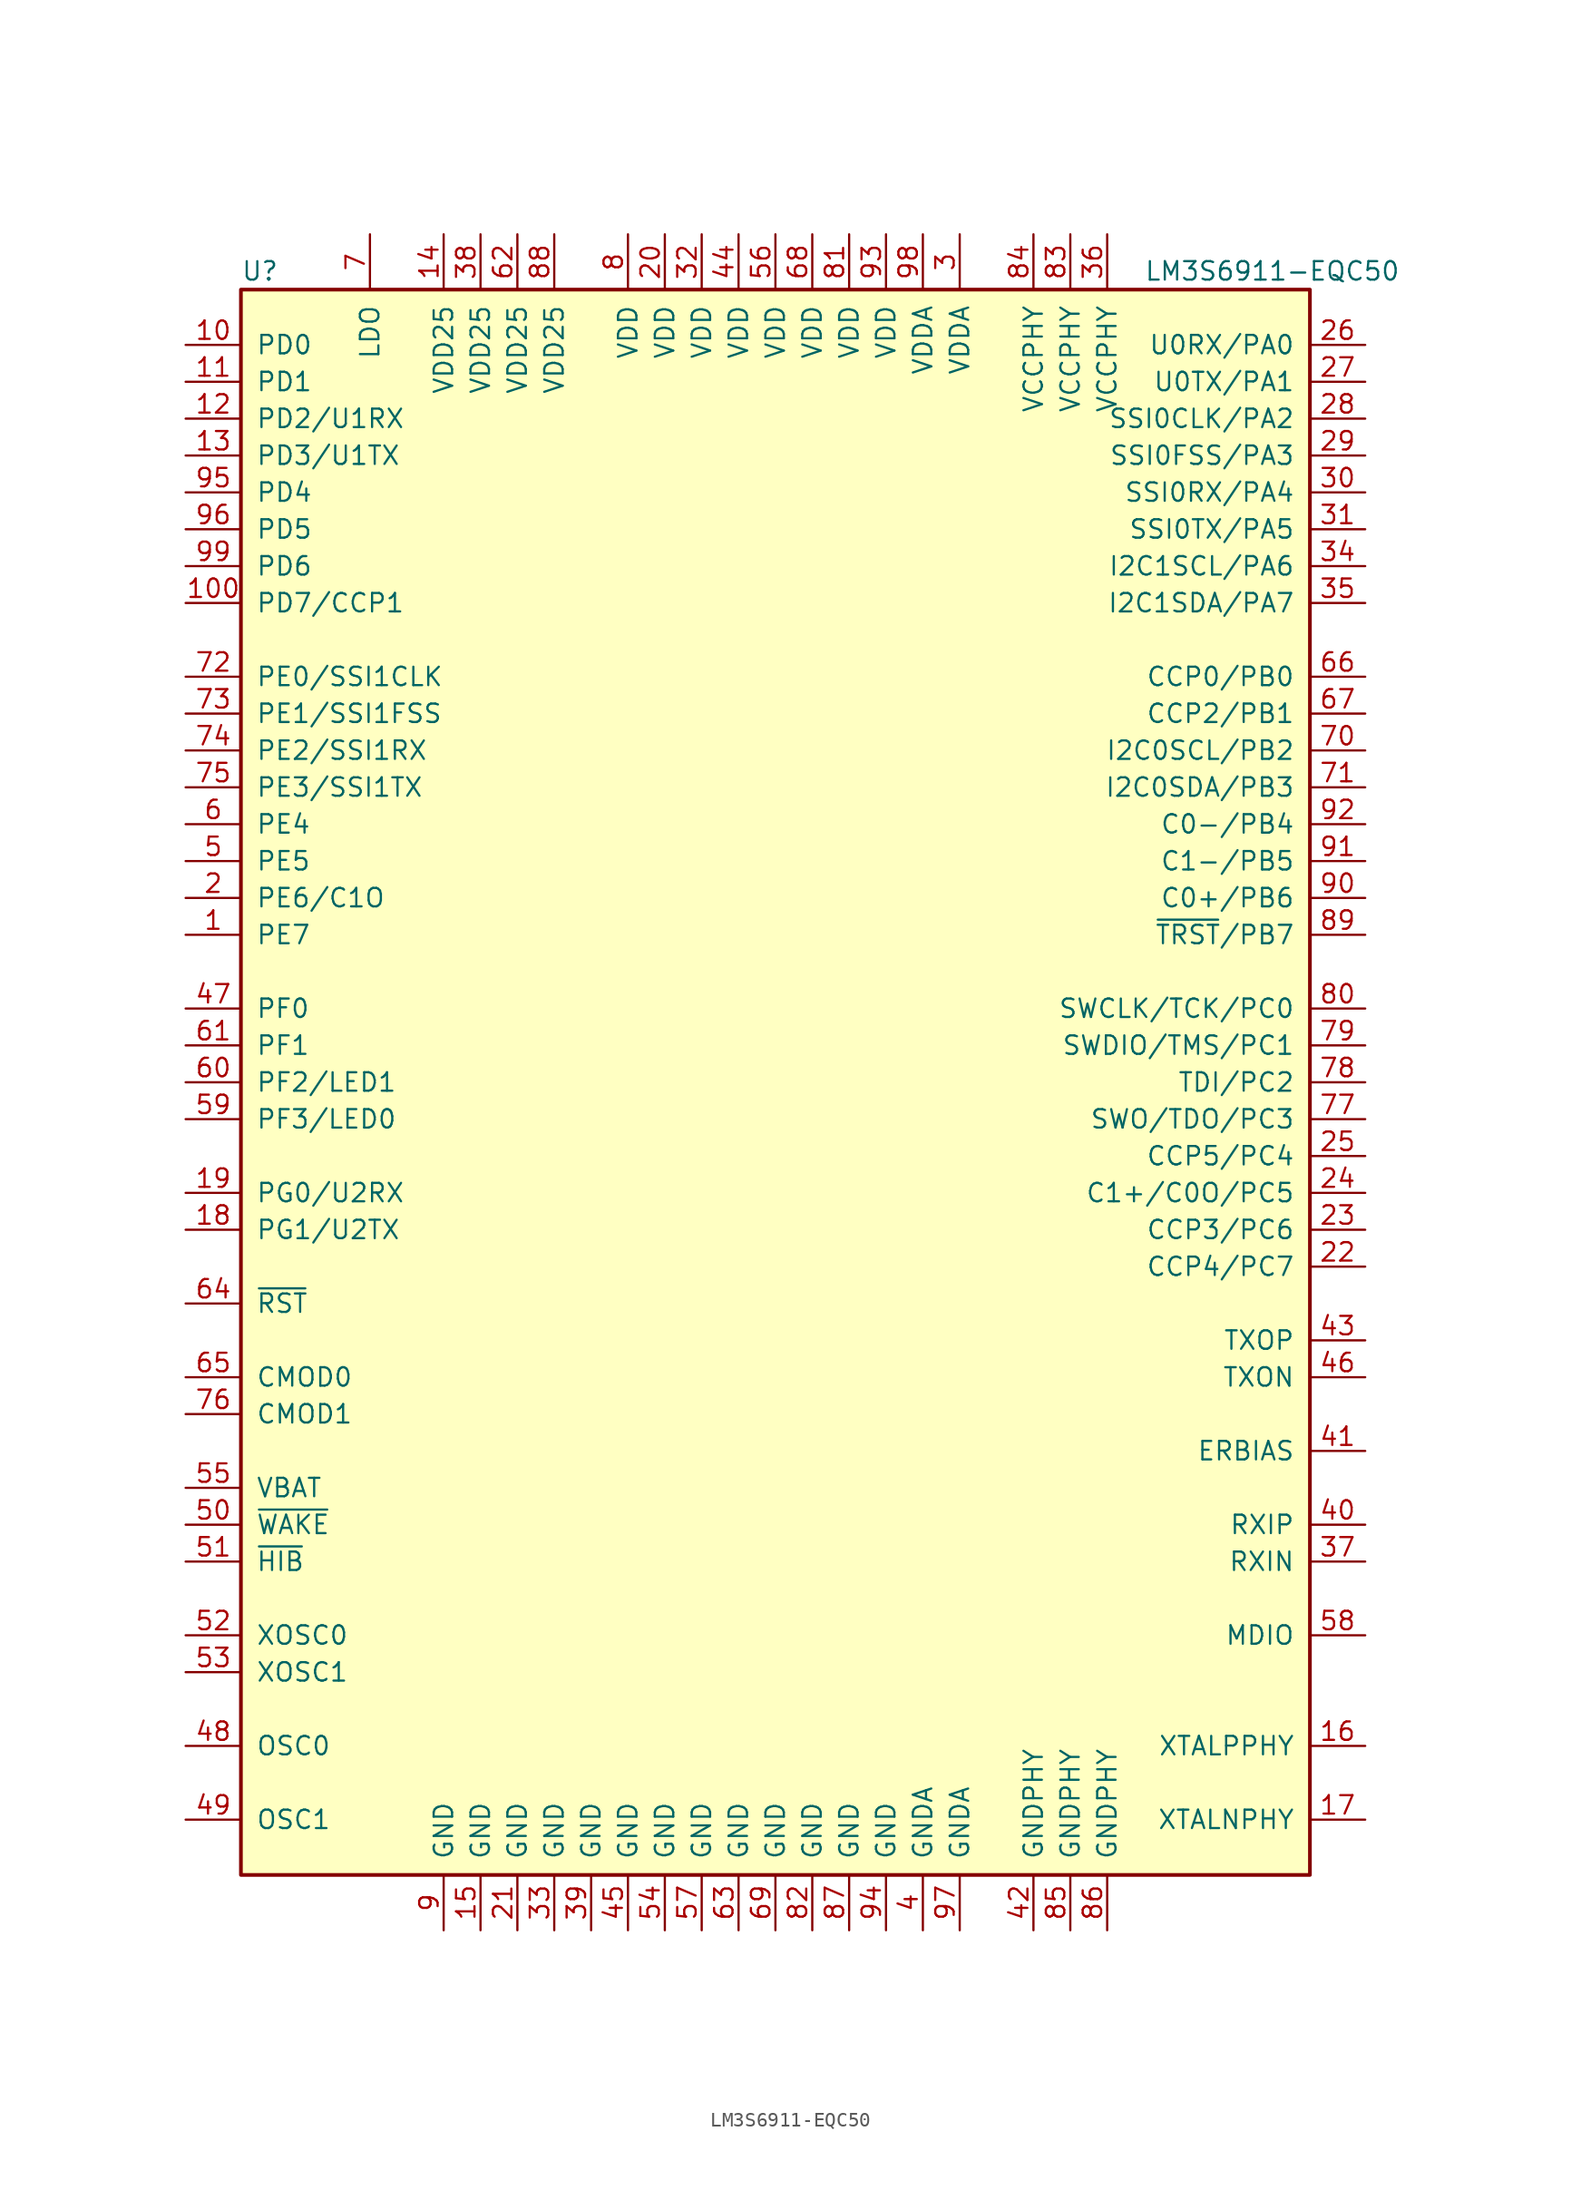
<source format=kicad_sym>
(kicad_symbol_lib
  (version 20211014)
  (generator kicad_symbol_editor)
  (symbol "LM3S6911-EQC50"
    (pin_names
      (offset 1.016))
    (property "Reference" "U"
      (at -36.83 55.88 0)
      (effects (font (size 1.27 1.27)) (justify left)))
    (property "Value" "LM3S6911-EQC50"
      (at 25.4 55.88 0)
      (effects (font (size 1.27 1.27)) (justify left)))
    (symbol "LM3S6911-EQC50_0_1"
      (rectangle (start -36.83 54.61) (end 36.83 -54.61) (stroke (width 0.254) (type default) (color 0 0 0 0)) (fill (type background))))
    (symbol "LM3S6911-EQC50_1_1"
      (pin bidirectional line (at -40.64 10.16 0) (length 3.81) (name "PE7" (effects (font (size 1.27 1.27)))) (number "1" (effects (font (size 1.27 1.27)))))
      (pin bidirectional line (at -40.64 50.8 0) (length 3.81) (name "PD0" (effects (font (size 1.27 1.27)))) (number "10" (effects (font (size 1.27 1.27)))))
      (pin bidirectional line (at -40.64 33.02 0) (length 3.81) (name "PD7/CCP1" (effects (font (size 1.27 1.27)))) (number "100" (effects (font (size 1.27 1.27)))))
      (pin bidirectional line (at -40.64 48.26 0) (length 3.81) (name "PD1" (effects (font (size 1.27 1.27)))) (number "11" (effects (font (size 1.27 1.27)))))
      (pin bidirectional line (at -40.64 45.72 0) (length 3.81) (name "PD2/U1RX" (effects (font (size 1.27 1.27)))) (number "12" (effects (font (size 1.27 1.27)))))
      (pin bidirectional line (at -40.64 43.18 0) (length 3.81) (name "PD3/U1TX" (effects (font (size 1.27 1.27)))) (number "13" (effects (font (size 1.27 1.27)))))
      (pin power_in line (at -22.86 58.42 270) (length 3.81) (name "VDD25" (effects (font (size 1.27 1.27)))) (number "14" (effects (font (size 1.27 1.27)))))
      (pin power_in line (at -20.32 -58.42 90) (length 3.81) (name "GND" (effects (font (size 1.27 1.27)))) (number "15" (effects (font (size 1.27 1.27)))))
      (pin passive line (at 40.64 -45.72 180) (length 3.81) (name "XTALPPHY" (effects (font (size 1.27 1.27)))) (number "16" (effects (font (size 1.27 1.27)))))
      (pin passive line (at 40.64 -50.8 180) (length 3.81) (name "XTALNPHY" (effects (font (size 1.27 1.27)))) (number "17" (effects (font (size 1.27 1.27)))))
      (pin bidirectional line (at -40.64 -10.16 0) (length 3.81) (name "PG1/U2TX" (effects (font (size 1.27 1.27)))) (number "18" (effects (font (size 1.27 1.27)))))
      (pin bidirectional line (at -40.64 -7.62 0) (length 3.81) (name "PG0/U2RX" (effects (font (size 1.27 1.27)))) (number "19" (effects (font (size 1.27 1.27)))))
      (pin bidirectional line (at -40.64 12.7 0) (length 3.81) (name "PE6/C1O" (effects (font (size 1.27 1.27)))) (number "2" (effects (font (size 1.27 1.27)))))
      (pin power_in line (at -7.62 58.42 270) (length 3.81) (name "VDD" (effects (font (size 1.27 1.27)))) (number "20" (effects (font (size 1.27 1.27)))))
      (pin power_in line (at -17.78 -58.42 90) (length 3.81) (name "GND" (effects (font (size 1.27 1.27)))) (number "21" (effects (font (size 1.27 1.27)))))
      (pin bidirectional line (at 40.64 -12.7 180) (length 3.81) (name "CCP4/PC7" (effects (font (size 1.27 1.27)))) (number "22" (effects (font (size 1.27 1.27)))))
      (pin bidirectional line (at 40.64 -10.16 180) (length 3.81) (name "CCP3/PC6" (effects (font (size 1.27 1.27)))) (number "23" (effects (font (size 1.27 1.27)))))
      (pin bidirectional line (at 40.64 -7.62 180) (length 3.81) (name "C1+/C0O/PC5" (effects (font (size 1.27 1.27)))) (number "24" (effects (font (size 1.27 1.27)))))
      (pin bidirectional line (at 40.64 -5.08 180) (length 3.81) (name "CCP5/PC4" (effects (font (size 1.27 1.27)))) (number "25" (effects (font (size 1.27 1.27)))))
      (pin bidirectional line (at 40.64 50.8 180) (length 3.81) (name "U0RX/PA0" (effects (font (size 1.27 1.27)))) (number "26" (effects (font (size 1.27 1.27)))))
      (pin bidirectional line (at 40.64 48.26 180) (length 3.81) (name "U0TX/PA1" (effects (font (size 1.27 1.27)))) (number "27" (effects (font (size 1.27 1.27)))))
      (pin bidirectional line (at 40.64 45.72 180) (length 3.81) (name "SSI0CLK/PA2" (effects (font (size 1.27 1.27)))) (number "28" (effects (font (size 1.27 1.27)))))
      (pin bidirectional line (at 40.64 43.18 180) (length 3.81) (name "SSI0FSS/PA3" (effects (font (size 1.27 1.27)))) (number "29" (effects (font (size 1.27 1.27)))))
      (pin power_in line (at 12.7 58.42 270) (length 3.81) (name "VDDA" (effects (font (size 1.27 1.27)))) (number "3" (effects (font (size 1.27 1.27)))))
      (pin bidirectional line (at 40.64 40.64 180) (length 3.81) (name "SSI0RX/PA4" (effects (font (size 1.27 1.27)))) (number "30" (effects (font (size 1.27 1.27)))))
      (pin bidirectional line (at 40.64 38.1 180) (length 3.81) (name "SSI0TX/PA5" (effects (font (size 1.27 1.27)))) (number "31" (effects (font (size 1.27 1.27)))))
      (pin power_in line (at -5.08 58.42 270) (length 3.81) (name "VDD" (effects (font (size 1.27 1.27)))) (number "32" (effects (font (size 1.27 1.27)))))
      (pin power_in line (at -15.24 -58.42 90) (length 3.81) (name "GND" (effects (font (size 1.27 1.27)))) (number "33" (effects (font (size 1.27 1.27)))))
      (pin bidirectional line (at 40.64 35.56 180) (length 3.81) (name "I2C1SCL/PA6" (effects (font (size 1.27 1.27)))) (number "34" (effects (font (size 1.27 1.27)))))
      (pin bidirectional line (at 40.64 33.02 180) (length 3.81) (name "I2C1SDA/PA7" (effects (font (size 1.27 1.27)))) (number "35" (effects (font (size 1.27 1.27)))))
      (pin power_in line (at 22.86 58.42 270) (length 3.81) (name "VCCPHY" (effects (font (size 1.27 1.27)))) (number "36" (effects (font (size 1.27 1.27)))))
      (pin passive line (at 40.64 -33.02 180) (length 3.81) (name "RXIN" (effects (font (size 1.27 1.27)))) (number "37" (effects (font (size 1.27 1.27)))))
      (pin power_in line (at -20.32 58.42 270) (length 3.81) (name "VDD25" (effects (font (size 1.27 1.27)))) (number "38" (effects (font (size 1.27 1.27)))))
      (pin power_in line (at -12.7 -58.42 90) (length 3.81) (name "GND" (effects (font (size 1.27 1.27)))) (number "39" (effects (font (size 1.27 1.27)))))
      (pin power_in line (at 10.16 -58.42 90) (length 3.81) (name "GNDA" (effects (font (size 1.27 1.27)))) (number "4" (effects (font (size 1.27 1.27)))))
      (pin passive line (at 40.64 -30.48 180) (length 3.81) (name "RXIP" (effects (font (size 1.27 1.27)))) (number "40" (effects (font (size 1.27 1.27)))))
      (pin passive line (at 40.64 -25.4 180) (length 3.81) (name "ERBIAS" (effects (font (size 1.27 1.27)))) (number "41" (effects (font (size 1.27 1.27)))))
      (pin power_in line (at 17.78 -58.42 90) (length 3.81) (name "GNDPHY" (effects (font (size 1.27 1.27)))) (number "42" (effects (font (size 1.27 1.27)))))
      (pin passive line (at 40.64 -17.78 180) (length 3.81) (name "TXOP" (effects (font (size 1.27 1.27)))) (number "43" (effects (font (size 1.27 1.27)))))
      (pin power_in line (at -2.54 58.42 270) (length 3.81) (name "VDD" (effects (font (size 1.27 1.27)))) (number "44" (effects (font (size 1.27 1.27)))))
      (pin power_in line (at -10.16 -58.42 90) (length 3.81) (name "GND" (effects (font (size 1.27 1.27)))) (number "45" (effects (font (size 1.27 1.27)))))
      (pin passive line (at 40.64 -20.32 180) (length 3.81) (name "TXON" (effects (font (size 1.27 1.27)))) (number "46" (effects (font (size 1.27 1.27)))))
      (pin bidirectional line (at -40.64 5.08 0) (length 3.81) (name "PF0" (effects (font (size 1.27 1.27)))) (number "47" (effects (font (size 1.27 1.27)))))
      (pin passive line (at -40.64 -45.72 0) (length 3.81) (name "OSC0" (effects (font (size 1.27 1.27)))) (number "48" (effects (font (size 1.27 1.27)))))
      (pin passive line (at -40.64 -50.8 0) (length 3.81) (name "OSC1" (effects (font (size 1.27 1.27)))) (number "49" (effects (font (size 1.27 1.27)))))
      (pin bidirectional line (at -40.64 15.24 0) (length 3.81) (name "PE5" (effects (font (size 1.27 1.27)))) (number "5" (effects (font (size 1.27 1.27)))))
      (pin input line (at -40.64 -30.48 0) (length 3.81) (name "~{WAKE}" (effects (font (size 1.27 1.27)))) (number "50" (effects (font (size 1.27 1.27)))))
      (pin open_collector line (at -40.64 -33.02 0) (length 3.81) (name "~{HIB}" (effects (font (size 1.27 1.27)))) (number "51" (effects (font (size 1.27 1.27)))))
      (pin passive line (at -40.64 -38.1 0) (length 3.81) (name "XOSC0" (effects (font (size 1.27 1.27)))) (number "52" (effects (font (size 1.27 1.27)))))
      (pin passive line (at -40.64 -40.64 0) (length 3.81) (name "XOSC1" (effects (font (size 1.27 1.27)))) (number "53" (effects (font (size 1.27 1.27)))))
      (pin power_in line (at -7.62 -58.42 90) (length 3.81) (name "GND" (effects (font (size 1.27 1.27)))) (number "54" (effects (font (size 1.27 1.27)))))
      (pin passive line (at -40.64 -27.94 0) (length 3.81) (name "VBAT" (effects (font (size 1.27 1.27)))) (number "55" (effects (font (size 1.27 1.27)))))
      (pin power_in line (at 0 58.42 270) (length 3.81) (name "VDD" (effects (font (size 1.27 1.27)))) (number "56" (effects (font (size 1.27 1.27)))))
      (pin power_in line (at -5.08 -58.42 90) (length 3.81) (name "GND" (effects (font (size 1.27 1.27)))) (number "57" (effects (font (size 1.27 1.27)))))
      (pin input line (at 40.64 -38.1 180) (length 3.81) (name "MDIO" (effects (font (size 1.27 1.27)))) (number "58" (effects (font (size 1.27 1.27)))))
      (pin bidirectional line (at -40.64 -2.54 0) (length 3.81) (name "PF3/LED0" (effects (font (size 1.27 1.27)))) (number "59" (effects (font (size 1.27 1.27)))))
      (pin bidirectional line (at -40.64 17.78 0) (length 3.81) (name "PE4" (effects (font (size 1.27 1.27)))) (number "6" (effects (font (size 1.27 1.27)))))
      (pin bidirectional line (at -40.64 0 0) (length 3.81) (name "PF2/LED1" (effects (font (size 1.27 1.27)))) (number "60" (effects (font (size 1.27 1.27)))))
      (pin bidirectional line (at -40.64 2.54 0) (length 3.81) (name "PF1" (effects (font (size 1.27 1.27)))) (number "61" (effects (font (size 1.27 1.27)))))
      (pin power_in line (at -17.78 58.42 270) (length 3.81) (name "VDD25" (effects (font (size 1.27 1.27)))) (number "62" (effects (font (size 1.27 1.27)))))
      (pin power_in line (at -2.54 -58.42 90) (length 3.81) (name "GND" (effects (font (size 1.27 1.27)))) (number "63" (effects (font (size 1.27 1.27)))))
      (pin input line (at -40.64 -15.24 0) (length 3.81) (name "~{RST}" (effects (font (size 1.27 1.27)))) (number "64" (effects (font (size 1.27 1.27)))))
      (pin input line (at -40.64 -20.32 0) (length 3.81) (name "CMOD0" (effects (font (size 1.27 1.27)))) (number "65" (effects (font (size 1.27 1.27)))))
      (pin bidirectional line (at 40.64 27.94 180) (length 3.81) (name "CCP0/PB0" (effects (font (size 1.27 1.27)))) (number "66" (effects (font (size 1.27 1.27)))))
      (pin bidirectional line (at 40.64 25.4 180) (length 3.81) (name "CCP2/PB1" (effects (font (size 1.27 1.27)))) (number "67" (effects (font (size 1.27 1.27)))))
      (pin power_in line (at 2.54 58.42 270) (length 3.81) (name "VDD" (effects (font (size 1.27 1.27)))) (number "68" (effects (font (size 1.27 1.27)))))
      (pin power_in line (at 0 -58.42 90) (length 3.81) (name "GND" (effects (font (size 1.27 1.27)))) (number "69" (effects (font (size 1.27 1.27)))))
      (pin passive line (at -27.94 58.42 270) (length 3.81) (name "LDO" (effects (font (size 1.27 1.27)))) (number "7" (effects (font (size 1.27 1.27)))))
      (pin bidirectional line (at 40.64 22.86 180) (length 3.81) (name "I2C0SCL/PB2" (effects (font (size 1.27 1.27)))) (number "70" (effects (font (size 1.27 1.27)))))
      (pin bidirectional line (at 40.64 20.32 180) (length 3.81) (name "I2C0SDA/PB3" (effects (font (size 1.27 1.27)))) (number "71" (effects (font (size 1.27 1.27)))))
      (pin bidirectional line (at -40.64 27.94 0) (length 3.81) (name "PE0/SSI1CLK" (effects (font (size 1.27 1.27)))) (number "72" (effects (font (size 1.27 1.27)))))
      (pin bidirectional line (at -40.64 25.4 0) (length 3.81) (name "PE1/SSI1FSS" (effects (font (size 1.27 1.27)))) (number "73" (effects (font (size 1.27 1.27)))))
      (pin bidirectional line (at -40.64 22.86 0) (length 3.81) (name "PE2/SSI1RX" (effects (font (size 1.27 1.27)))) (number "74" (effects (font (size 1.27 1.27)))))
      (pin bidirectional line (at -40.64 20.32 0) (length 3.81) (name "PE3/SSI1TX" (effects (font (size 1.27 1.27)))) (number "75" (effects (font (size 1.27 1.27)))))
      (pin input line (at -40.64 -22.86 0) (length 3.81) (name "CMOD1" (effects (font (size 1.27 1.27)))) (number "76" (effects (font (size 1.27 1.27)))))
      (pin bidirectional line (at 40.64 -2.54 180) (length 3.81) (name "SWO/TDO/PC3" (effects (font (size 1.27 1.27)))) (number "77" (effects (font (size 1.27 1.27)))))
      (pin bidirectional line (at 40.64 0 180) (length 3.81) (name "TDI/PC2" (effects (font (size 1.27 1.27)))) (number "78" (effects (font (size 1.27 1.27)))))
      (pin bidirectional line (at 40.64 2.54 180) (length 3.81) (name "SWDIO/TMS/PC1" (effects (font (size 1.27 1.27)))) (number "79" (effects (font (size 1.27 1.27)))))
      (pin power_in line (at -10.16 58.42 270) (length 3.81) (name "VDD" (effects (font (size 1.27 1.27)))) (number "8" (effects (font (size 1.27 1.27)))))
      (pin bidirectional line (at 40.64 5.08 180) (length 3.81) (name "SWCLK/TCK/PC0" (effects (font (size 1.27 1.27)))) (number "80" (effects (font (size 1.27 1.27)))))
      (pin power_in line (at 5.08 58.42 270) (length 3.81) (name "VDD" (effects (font (size 1.27 1.27)))) (number "81" (effects (font (size 1.27 1.27)))))
      (pin power_in line (at 2.54 -58.42 90) (length 3.81) (name "GND" (effects (font (size 1.27 1.27)))) (number "82" (effects (font (size 1.27 1.27)))))
      (pin power_in line (at 20.32 58.42 270) (length 3.81) (name "VCCPHY" (effects (font (size 1.27 1.27)))) (number "83" (effects (font (size 1.27 1.27)))))
      (pin power_in line (at 17.78 58.42 270) (length 3.81) (name "VCCPHY" (effects (font (size 1.27 1.27)))) (number "84" (effects (font (size 1.27 1.27)))))
      (pin power_in line (at 20.32 -58.42 90) (length 3.81) (name "GNDPHY" (effects (font (size 1.27 1.27)))) (number "85" (effects (font (size 1.27 1.27)))))
      (pin power_in line (at 22.86 -58.42 90) (length 3.81) (name "GNDPHY" (effects (font (size 1.27 1.27)))) (number "86" (effects (font (size 1.27 1.27)))))
      (pin power_in line (at 5.08 -58.42 90) (length 3.81) (name "GND" (effects (font (size 1.27 1.27)))) (number "87" (effects (font (size 1.27 1.27)))))
      (pin power_in line (at -15.24 58.42 270) (length 3.81) (name "VDD25" (effects (font (size 1.27 1.27)))) (number "88" (effects (font (size 1.27 1.27)))))
      (pin bidirectional line (at 40.64 10.16 180) (length 3.81) (name "~{TRST}/PB7" (effects (font (size 1.27 1.27)))) (number "89" (effects (font (size 1.27 1.27)))))
      (pin power_in line (at -22.86 -58.42 90) (length 3.81) (name "GND" (effects (font (size 1.27 1.27)))) (number "9" (effects (font (size 1.27 1.27)))))
      (pin bidirectional line (at 40.64 12.7 180) (length 3.81) (name "C0+/PB6" (effects (font (size 1.27 1.27)))) (number "90" (effects (font (size 1.27 1.27)))))
      (pin bidirectional line (at 40.64 15.24 180) (length 3.81) (name "C1-/PB5" (effects (font (size 1.27 1.27)))) (number "91" (effects (font (size 1.27 1.27)))))
      (pin bidirectional line (at 40.64 17.78 180) (length 3.81) (name "C0-/PB4" (effects (font (size 1.27 1.27)))) (number "92" (effects (font (size 1.27 1.27)))))
      (pin power_in line (at 7.62 58.42 270) (length 3.81) (name "VDD" (effects (font (size 1.27 1.27)))) (number "93" (effects (font (size 1.27 1.27)))))
      (pin power_in line (at 7.62 -58.42 90) (length 3.81) (name "GND" (effects (font (size 1.27 1.27)))) (number "94" (effects (font (size 1.27 1.27)))))
      (pin bidirectional line (at -40.64 40.64 0) (length 3.81) (name "PD4" (effects (font (size 1.27 1.27)))) (number "95" (effects (font (size 1.27 1.27)))))
      (pin bidirectional line (at -40.64 38.1 0) (length 3.81) (name "PD5" (effects (font (size 1.27 1.27)))) (number "96" (effects (font (size 1.27 1.27)))))
      (pin power_in line (at 12.7 -58.42 90) (length 3.81) (name "GNDA" (effects (font (size 1.27 1.27)))) (number "97" (effects (font (size 1.27 1.27)))))
      (pin power_in line (at 10.16 58.42 270) (length 3.81) (name "VDDA" (effects (font (size 1.27 1.27)))) (number "98" (effects (font (size 1.27 1.27)))))
      (pin bidirectional line (at -40.64 35.56 0) (length 3.81) (name "PD6" (effects (font (size 1.27 1.27)))) (number "99" (effects (font (size 1.27 1.27))))))))
</source>
